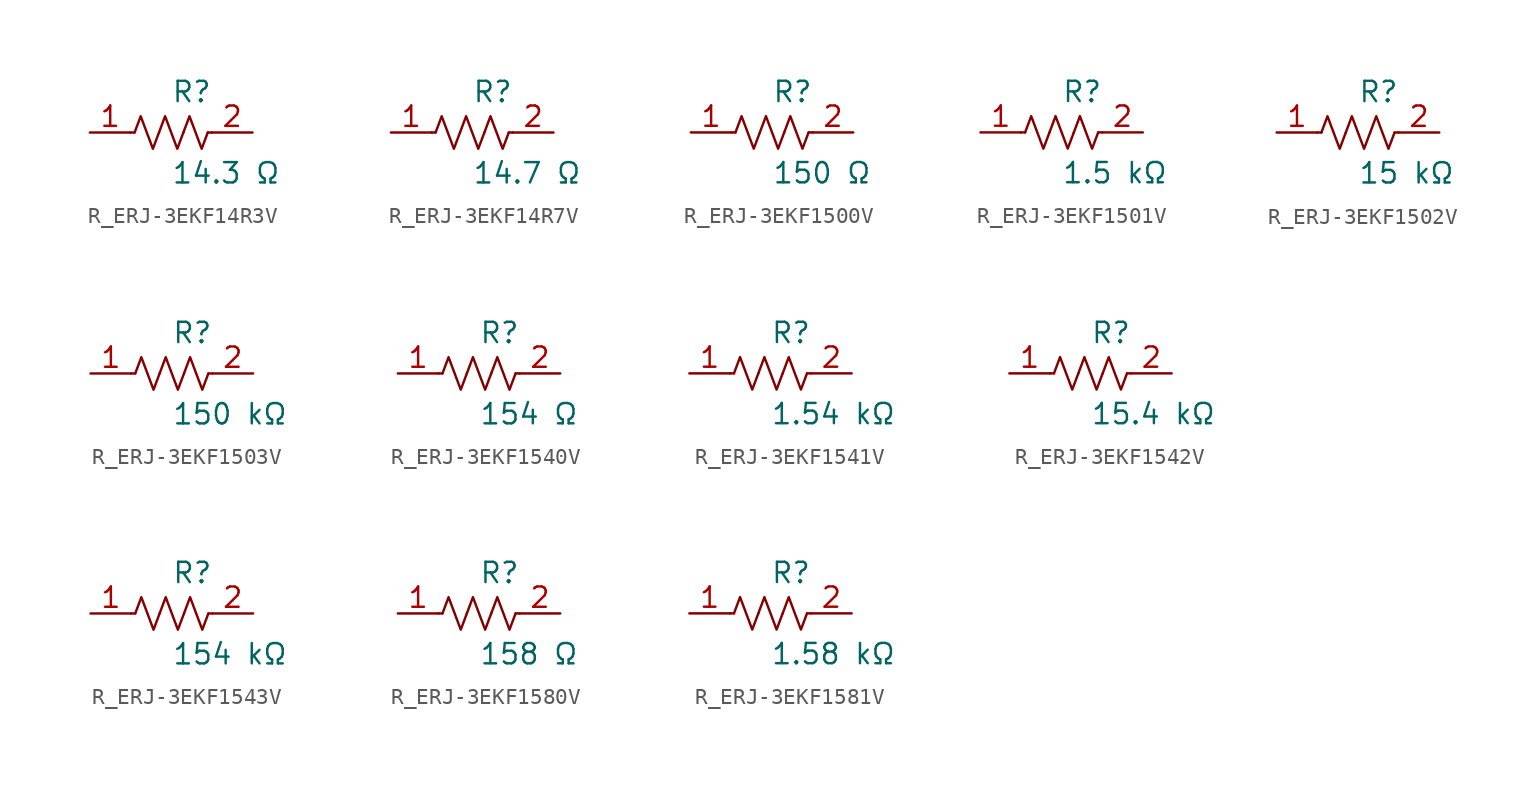
<source format=kicad_sym>
(kicad_symbol_lib
  (version 20231120)
  (generator "kicad_symbol_editor")
  (generator_version "8.0")
  (symbol "R_ERJ-3EKF14R3V"
    (pin_names
      (offset 0.254))
    (property "Reference" "R"
      (at 0 2.54 0)
      (effects (font (size 1.27 1.27)) (justify left)))
    (property "Value" "14.3 Ω"
      (at 0 -2.54 0)
      (effects (font (size 1.27 1.27)) (justify left)))
    (symbol "R_ERJ-3EKF14R3V_0_1"
      (polyline (pts (xy 2.286 0) (xy 2.54 0)) (stroke (width 0) (type default)) (fill (type none)))
      (polyline (pts (xy -2.286 0) (xy -2.54 0)) (stroke (width 0) (type default)) (fill (type none)))
      (polyline (pts (xy 0.762 0) (xy 1.143 1.016) (xy 1.524 0) (xy 1.905 -1.016) (xy 2.286 0)) (stroke (width 0) (type default)) (fill (type none)))
      (polyline (pts (xy -0.762 0) (xy -0.381 1.016) (xy 0 0) (xy 0.381 -1.016) (xy 0.762 0)) (stroke (width 0) (type default)) (fill (type none)))
      (polyline (pts (xy -2.286 0) (xy -1.905 1.016) (xy -1.524 0) (xy -1.143 -1.016) (xy -0.762 0)) (stroke (width 0) (type default)) (fill (type none))))
    (pin unspecified line
      (at -5.08 0 0)
      (length 2.54)
      (name "" (effects (font (size 1.27 1.27))))
      (number "1" (effects (font (size 1.27 1.27)))))
    (pin unspecified line
      (at 5.08 0 180)
      (length 2.54)
      (name "" (effects (font (size 1.27 1.27))))
      (number "2" (effects (font (size 1.27 1.27))))))
  (symbol "R_ERJ-3EKF14R7V"
    (pin_names
      (offset 0.254))
    (property "Reference" "R"
      (at 0 2.54 0)
      (effects (font (size 1.27 1.27)) (justify left)))
    (property "Value" "14.7 Ω"
      (at 0 -2.54 0)
      (effects (font (size 1.27 1.27)) (justify left)))
    (symbol "R_ERJ-3EKF14R7V_0_1"
      (polyline (pts (xy 2.286 0) (xy 2.54 0)) (stroke (width 0) (type default)) (fill (type none)))
      (polyline (pts (xy -2.286 0) (xy -2.54 0)) (stroke (width 0) (type default)) (fill (type none)))
      (polyline (pts (xy 0.762 0) (xy 1.143 1.016) (xy 1.524 0) (xy 1.905 -1.016) (xy 2.286 0)) (stroke (width 0) (type default)) (fill (type none)))
      (polyline (pts (xy -0.762 0) (xy -0.381 1.016) (xy 0 0) (xy 0.381 -1.016) (xy 0.762 0)) (stroke (width 0) (type default)) (fill (type none)))
      (polyline (pts (xy -2.286 0) (xy -1.905 1.016) (xy -1.524 0) (xy -1.143 -1.016) (xy -0.762 0)) (stroke (width 0) (type default)) (fill (type none))))
    (pin unspecified line
      (at -5.08 0 0)
      (length 2.54)
      (name "" (effects (font (size 1.27 1.27))))
      (number "1" (effects (font (size 1.27 1.27)))))
    (pin unspecified line
      (at 5.08 0 180)
      (length 2.54)
      (name "" (effects (font (size 1.27 1.27))))
      (number "2" (effects (font (size 1.27 1.27))))))
  (symbol "R_ERJ-3EKF1500V"
    (pin_names
      (offset 0.254))
    (property "Reference" "R"
      (at 0 2.54 0)
      (effects (font (size 1.27 1.27)) (justify left)))
    (property "Value" "150 Ω"
      (at 0 -2.54 0)
      (effects (font (size 1.27 1.27)) (justify left)))
    (symbol "R_ERJ-3EKF1500V_0_1"
      (polyline (pts (xy 2.286 0) (xy 2.54 0)) (stroke (width 0) (type default)) (fill (type none)))
      (polyline (pts (xy -2.286 0) (xy -2.54 0)) (stroke (width 0) (type default)) (fill (type none)))
      (polyline (pts (xy 0.762 0) (xy 1.143 1.016) (xy 1.524 0) (xy 1.905 -1.016) (xy 2.286 0)) (stroke (width 0) (type default)) (fill (type none)))
      (polyline (pts (xy -0.762 0) (xy -0.381 1.016) (xy 0 0) (xy 0.381 -1.016) (xy 0.762 0)) (stroke (width 0) (type default)) (fill (type none)))
      (polyline (pts (xy -2.286 0) (xy -1.905 1.016) (xy -1.524 0) (xy -1.143 -1.016) (xy -0.762 0)) (stroke (width 0) (type default)) (fill (type none))))
    (pin unspecified line
      (at -5.08 0 0)
      (length 2.54)
      (name "" (effects (font (size 1.27 1.27))))
      (number "1" (effects (font (size 1.27 1.27)))))
    (pin unspecified line
      (at 5.08 0 180)
      (length 2.54)
      (name "" (effects (font (size 1.27 1.27))))
      (number "2" (effects (font (size 1.27 1.27))))))
  (symbol "R_ERJ-3EKF1501V"
    (pin_names
      (offset 0.254))
    (property "Reference" "R"
      (at 0 2.54 0)
      (effects (font (size 1.27 1.27)) (justify left)))
    (property "Value" "1.5 kΩ"
      (at 0 -2.54 0)
      (effects (font (size 1.27 1.27)) (justify left)))
    (symbol "R_ERJ-3EKF1501V_0_1"
      (polyline (pts (xy 2.286 0) (xy 2.54 0)) (stroke (width 0) (type default)) (fill (type none)))
      (polyline (pts (xy -2.286 0) (xy -2.54 0)) (stroke (width 0) (type default)) (fill (type none)))
      (polyline (pts (xy 0.762 0) (xy 1.143 1.016) (xy 1.524 0) (xy 1.905 -1.016) (xy 2.286 0)) (stroke (width 0) (type default)) (fill (type none)))
      (polyline (pts (xy -0.762 0) (xy -0.381 1.016) (xy 0 0) (xy 0.381 -1.016) (xy 0.762 0)) (stroke (width 0) (type default)) (fill (type none)))
      (polyline (pts (xy -2.286 0) (xy -1.905 1.016) (xy -1.524 0) (xy -1.143 -1.016) (xy -0.762 0)) (stroke (width 0) (type default)) (fill (type none))))
    (pin unspecified line
      (at -5.08 0 0)
      (length 2.54)
      (name "" (effects (font (size 1.27 1.27))))
      (number "1" (effects (font (size 1.27 1.27)))))
    (pin unspecified line
      (at 5.08 0 180)
      (length 2.54)
      (name "" (effects (font (size 1.27 1.27))))
      (number "2" (effects (font (size 1.27 1.27))))))
  (symbol "R_ERJ-3EKF1502V"
    (pin_names
      (offset 0.254))
    (property "Reference" "R"
      (at 0 2.54 0)
      (effects (font (size 1.27 1.27)) (justify left)))
    (property "Value" "15 kΩ"
      (at 0 -2.54 0)
      (effects (font (size 1.27 1.27)) (justify left)))
    (symbol "R_ERJ-3EKF1502V_0_1"
      (polyline (pts (xy 2.286 0) (xy 2.54 0)) (stroke (width 0) (type default)) (fill (type none)))
      (polyline (pts (xy -2.286 0) (xy -2.54 0)) (stroke (width 0) (type default)) (fill (type none)))
      (polyline (pts (xy 0.762 0) (xy 1.143 1.016) (xy 1.524 0) (xy 1.905 -1.016) (xy 2.286 0)) (stroke (width 0) (type default)) (fill (type none)))
      (polyline (pts (xy -0.762 0) (xy -0.381 1.016) (xy 0 0) (xy 0.381 -1.016) (xy 0.762 0)) (stroke (width 0) (type default)) (fill (type none)))
      (polyline (pts (xy -2.286 0) (xy -1.905 1.016) (xy -1.524 0) (xy -1.143 -1.016) (xy -0.762 0)) (stroke (width 0) (type default)) (fill (type none))))
    (pin unspecified line
      (at -5.08 0 0)
      (length 2.54)
      (name "" (effects (font (size 1.27 1.27))))
      (number "1" (effects (font (size 1.27 1.27)))))
    (pin unspecified line
      (at 5.08 0 180)
      (length 2.54)
      (name "" (effects (font (size 1.27 1.27))))
      (number "2" (effects (font (size 1.27 1.27))))))
  (symbol "R_ERJ-3EKF1503V"
    (pin_names
      (offset 0.254))
    (property "Reference" "R"
      (at 0 2.54 0)
      (effects (font (size 1.27 1.27)) (justify left)))
    (property "Value" "150 kΩ"
      (at 0 -2.54 0)
      (effects (font (size 1.27 1.27)) (justify left)))
    (symbol "R_ERJ-3EKF1503V_0_1"
      (polyline (pts (xy 2.286 0) (xy 2.54 0)) (stroke (width 0) (type default)) (fill (type none)))
      (polyline (pts (xy -2.286 0) (xy -2.54 0)) (stroke (width 0) (type default)) (fill (type none)))
      (polyline (pts (xy 0.762 0) (xy 1.143 1.016) (xy 1.524 0) (xy 1.905 -1.016) (xy 2.286 0)) (stroke (width 0) (type default)) (fill (type none)))
      (polyline (pts (xy -0.762 0) (xy -0.381 1.016) (xy 0 0) (xy 0.381 -1.016) (xy 0.762 0)) (stroke (width 0) (type default)) (fill (type none)))
      (polyline (pts (xy -2.286 0) (xy -1.905 1.016) (xy -1.524 0) (xy -1.143 -1.016) (xy -0.762 0)) (stroke (width 0) (type default)) (fill (type none))))
    (pin unspecified line
      (at -5.08 0 0)
      (length 2.54)
      (name "" (effects (font (size 1.27 1.27))))
      (number "1" (effects (font (size 1.27 1.27)))))
    (pin unspecified line
      (at 5.08 0 180)
      (length 2.54)
      (name "" (effects (font (size 1.27 1.27))))
      (number "2" (effects (font (size 1.27 1.27))))))
  (symbol "R_ERJ-3EKF1540V"
    (pin_names
      (offset 0.254))
    (property "Reference" "R"
      (at 0 2.54 0)
      (effects (font (size 1.27 1.27)) (justify left)))
    (property "Value" "154 Ω"
      (at 0 -2.54 0)
      (effects (font (size 1.27 1.27)) (justify left)))
    (symbol "R_ERJ-3EKF1540V_0_1"
      (polyline (pts (xy 2.286 0) (xy 2.54 0)) (stroke (width 0) (type default)) (fill (type none)))
      (polyline (pts (xy -2.286 0) (xy -2.54 0)) (stroke (width 0) (type default)) (fill (type none)))
      (polyline (pts (xy 0.762 0) (xy 1.143 1.016) (xy 1.524 0) (xy 1.905 -1.016) (xy 2.286 0)) (stroke (width 0) (type default)) (fill (type none)))
      (polyline (pts (xy -0.762 0) (xy -0.381 1.016) (xy 0 0) (xy 0.381 -1.016) (xy 0.762 0)) (stroke (width 0) (type default)) (fill (type none)))
      (polyline (pts (xy -2.286 0) (xy -1.905 1.016) (xy -1.524 0) (xy -1.143 -1.016) (xy -0.762 0)) (stroke (width 0) (type default)) (fill (type none))))
    (pin unspecified line
      (at -5.08 0 0)
      (length 2.54)
      (name "" (effects (font (size 1.27 1.27))))
      (number "1" (effects (font (size 1.27 1.27)))))
    (pin unspecified line
      (at 5.08 0 180)
      (length 2.54)
      (name "" (effects (font (size 1.27 1.27))))
      (number "2" (effects (font (size 1.27 1.27))))))
  (symbol "R_ERJ-3EKF1541V"
    (pin_names
      (offset 0.254))
    (property "Reference" "R"
      (at 0 2.54 0)
      (effects (font (size 1.27 1.27)) (justify left)))
    (property "Value" "1.54 kΩ"
      (at 0 -2.54 0)
      (effects (font (size 1.27 1.27)) (justify left)))
    (symbol "R_ERJ-3EKF1541V_0_1"
      (polyline (pts (xy 2.286 0) (xy 2.54 0)) (stroke (width 0) (type default)) (fill (type none)))
      (polyline (pts (xy -2.286 0) (xy -2.54 0)) (stroke (width 0) (type default)) (fill (type none)))
      (polyline (pts (xy 0.762 0) (xy 1.143 1.016) (xy 1.524 0) (xy 1.905 -1.016) (xy 2.286 0)) (stroke (width 0) (type default)) (fill (type none)))
      (polyline (pts (xy -0.762 0) (xy -0.381 1.016) (xy 0 0) (xy 0.381 -1.016) (xy 0.762 0)) (stroke (width 0) (type default)) (fill (type none)))
      (polyline (pts (xy -2.286 0) (xy -1.905 1.016) (xy -1.524 0) (xy -1.143 -1.016) (xy -0.762 0)) (stroke (width 0) (type default)) (fill (type none))))
    (pin unspecified line
      (at -5.08 0 0)
      (length 2.54)
      (name "" (effects (font (size 1.27 1.27))))
      (number "1" (effects (font (size 1.27 1.27)))))
    (pin unspecified line
      (at 5.08 0 180)
      (length 2.54)
      (name "" (effects (font (size 1.27 1.27))))
      (number "2" (effects (font (size 1.27 1.27))))))
  (symbol "R_ERJ-3EKF1542V"
    (pin_names
      (offset 0.254))
    (property "Reference" "R"
      (at 0 2.54 0)
      (effects (font (size 1.27 1.27)) (justify left)))
    (property "Value" "15.4 kΩ"
      (at 0 -2.54 0)
      (effects (font (size 1.27 1.27)) (justify left)))
    (symbol "R_ERJ-3EKF1542V_0_1"
      (polyline (pts (xy 2.286 0) (xy 2.54 0)) (stroke (width 0) (type default)) (fill (type none)))
      (polyline (pts (xy -2.286 0) (xy -2.54 0)) (stroke (width 0) (type default)) (fill (type none)))
      (polyline (pts (xy 0.762 0) (xy 1.143 1.016) (xy 1.524 0) (xy 1.905 -1.016) (xy 2.286 0)) (stroke (width 0) (type default)) (fill (type none)))
      (polyline (pts (xy -0.762 0) (xy -0.381 1.016) (xy 0 0) (xy 0.381 -1.016) (xy 0.762 0)) (stroke (width 0) (type default)) (fill (type none)))
      (polyline (pts (xy -2.286 0) (xy -1.905 1.016) (xy -1.524 0) (xy -1.143 -1.016) (xy -0.762 0)) (stroke (width 0) (type default)) (fill (type none))))
    (pin unspecified line
      (at -5.08 0 0)
      (length 2.54)
      (name "" (effects (font (size 1.27 1.27))))
      (number "1" (effects (font (size 1.27 1.27)))))
    (pin unspecified line
      (at 5.08 0 180)
      (length 2.54)
      (name "" (effects (font (size 1.27 1.27))))
      (number "2" (effects (font (size 1.27 1.27))))))
  (symbol "R_ERJ-3EKF1543V"
    (pin_names
      (offset 0.254))
    (property "Reference" "R"
      (at 0 2.54 0)
      (effects (font (size 1.27 1.27)) (justify left)))
    (property "Value" "154 kΩ"
      (at 0 -2.54 0)
      (effects (font (size 1.27 1.27)) (justify left)))
    (symbol "R_ERJ-3EKF1543V_0_1"
      (polyline (pts (xy 2.286 0) (xy 2.54 0)) (stroke (width 0) (type default)) (fill (type none)))
      (polyline (pts (xy -2.286 0) (xy -2.54 0)) (stroke (width 0) (type default)) (fill (type none)))
      (polyline (pts (xy 0.762 0) (xy 1.143 1.016) (xy 1.524 0) (xy 1.905 -1.016) (xy 2.286 0)) (stroke (width 0) (type default)) (fill (type none)))
      (polyline (pts (xy -0.762 0) (xy -0.381 1.016) (xy 0 0) (xy 0.381 -1.016) (xy 0.762 0)) (stroke (width 0) (type default)) (fill (type none)))
      (polyline (pts (xy -2.286 0) (xy -1.905 1.016) (xy -1.524 0) (xy -1.143 -1.016) (xy -0.762 0)) (stroke (width 0) (type default)) (fill (type none))))
    (pin unspecified line
      (at -5.08 0 0)
      (length 2.54)
      (name "" (effects (font (size 1.27 1.27))))
      (number "1" (effects (font (size 1.27 1.27)))))
    (pin unspecified line
      (at 5.08 0 180)
      (length 2.54)
      (name "" (effects (font (size 1.27 1.27))))
      (number "2" (effects (font (size 1.27 1.27))))))
  (symbol "R_ERJ-3EKF1580V"
    (pin_names
      (offset 0.254))
    (property "Reference" "R"
      (at 0 2.54 0)
      (effects (font (size 1.27 1.27)) (justify left)))
    (property "Value" "158 Ω"
      (at 0 -2.54 0)
      (effects (font (size 1.27 1.27)) (justify left)))
    (symbol "R_ERJ-3EKF1580V_0_1"
      (polyline (pts (xy 2.286 0) (xy 2.54 0)) (stroke (width 0) (type default)) (fill (type none)))
      (polyline (pts (xy -2.286 0) (xy -2.54 0)) (stroke (width 0) (type default)) (fill (type none)))
      (polyline (pts (xy 0.762 0) (xy 1.143 1.016) (xy 1.524 0) (xy 1.905 -1.016) (xy 2.286 0)) (stroke (width 0) (type default)) (fill (type none)))
      (polyline (pts (xy -0.762 0) (xy -0.381 1.016) (xy 0 0) (xy 0.381 -1.016) (xy 0.762 0)) (stroke (width 0) (type default)) (fill (type none)))
      (polyline (pts (xy -2.286 0) (xy -1.905 1.016) (xy -1.524 0) (xy -1.143 -1.016) (xy -0.762 0)) (stroke (width 0) (type default)) (fill (type none))))
    (pin unspecified line
      (at -5.08 0 0)
      (length 2.54)
      (name "" (effects (font (size 1.27 1.27))))
      (number "1" (effects (font (size 1.27 1.27)))))
    (pin unspecified line
      (at 5.08 0 180)
      (length 2.54)
      (name "" (effects (font (size 1.27 1.27))))
      (number "2" (effects (font (size 1.27 1.27))))))
  (symbol "R_ERJ-3EKF1581V"
    (pin_names
      (offset 0.254))
    (property "Reference" "R"
      (at 0 2.54 0)
      (effects (font (size 1.27 1.27)) (justify left)))
    (property "Value" "1.58 kΩ"
      (at 0 -2.54 0)
      (effects (font (size 1.27 1.27)) (justify left)))
    (symbol "R_ERJ-3EKF1581V_0_1"
      (polyline (pts (xy 2.286 0) (xy 2.54 0)) (stroke (width 0) (type default)) (fill (type none)))
      (polyline (pts (xy -2.286 0) (xy -2.54 0)) (stroke (width 0) (type default)) (fill (type none)))
      (polyline (pts (xy 0.762 0) (xy 1.143 1.016) (xy 1.524 0) (xy 1.905 -1.016) (xy 2.286 0)) (stroke (width 0) (type default)) (fill (type none)))
      (polyline (pts (xy -0.762 0) (xy -0.381 1.016) (xy 0 0) (xy 0.381 -1.016) (xy 0.762 0)) (stroke (width 0) (type default)) (fill (type none)))
      (polyline (pts (xy -2.286 0) (xy -1.905 1.016) (xy -1.524 0) (xy -1.143 -1.016) (xy -0.762 0)) (stroke (width 0) (type default)) (fill (type none))))
    (pin unspecified line
      (at -5.08 0 0)
      (length 2.54)
      (name "" (effects (font (size 1.27 1.27))))
      (number "1" (effects (font (size 1.27 1.27)))))
    (pin unspecified line
      (at 5.08 0 180)
      (length 2.54)
      (name "" (effects (font (size 1.27 1.27))))
      (number "2" (effects (font (size 1.27 1.27)))))))
</source>
